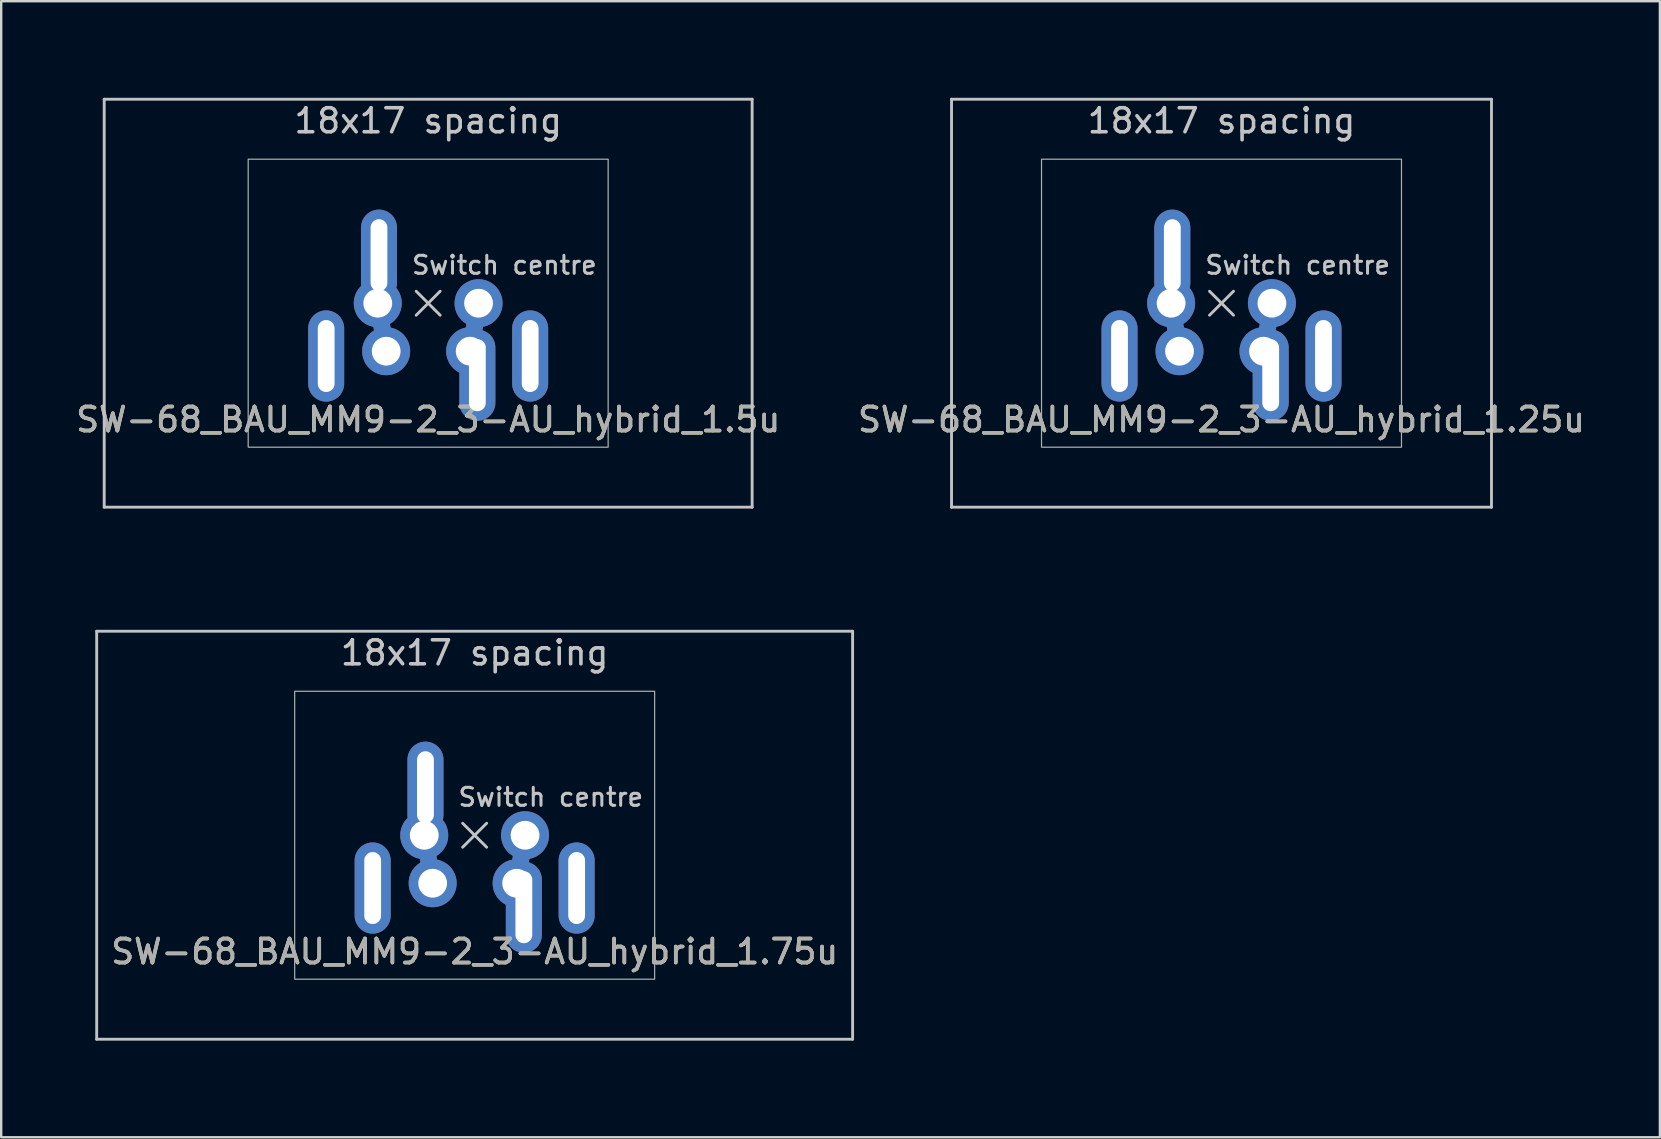
<source format=kicad_pcb>
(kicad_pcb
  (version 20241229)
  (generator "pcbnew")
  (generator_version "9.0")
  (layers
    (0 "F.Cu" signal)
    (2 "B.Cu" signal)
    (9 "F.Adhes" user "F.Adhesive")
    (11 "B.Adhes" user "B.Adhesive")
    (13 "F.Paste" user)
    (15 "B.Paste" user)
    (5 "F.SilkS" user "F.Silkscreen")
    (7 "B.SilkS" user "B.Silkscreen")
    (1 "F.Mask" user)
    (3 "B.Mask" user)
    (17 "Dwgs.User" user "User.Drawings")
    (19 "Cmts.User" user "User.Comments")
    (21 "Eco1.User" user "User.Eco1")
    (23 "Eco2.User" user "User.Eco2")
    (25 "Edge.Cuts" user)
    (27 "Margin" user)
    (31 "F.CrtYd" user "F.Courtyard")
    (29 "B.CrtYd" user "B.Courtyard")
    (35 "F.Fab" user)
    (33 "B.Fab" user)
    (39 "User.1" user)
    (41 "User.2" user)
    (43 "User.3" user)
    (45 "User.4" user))
  (footprint "SW-68_BAU_MM9-2_3-AU_hybrid_1.25u"
    (layer "F.Cu")
    (at 47.851 9.585)
    (property "Reference" "SW-68_BAU_MM9-2_3-AU_hybrid_1.25u" (at 0 4.85 0) (unlocked yes) (layer "F.SilkS") (effects (font (size 1 1) (thickness 0.15))))
    (attr through_hole)
    (fp_line (start -2.1 0) (end -1.75 2) (stroke (width 0.7) (type solid)) (layer "F.Cu"))
    (fp_line (start 2.1 0) (end 1.75 2) (stroke (width 0.7) (type solid)) (layer "F.Cu"))
    (fp_line (start -2.1 0) (end -1.75 2) (stroke (width 0.7) (type solid)) (layer "B.Cu"))
    (fp_line (start 2.1 0) (end 1.75 2) (stroke (width 0.7) (type solid)) (layer "B.Cu"))
    (fp_line (start -11.25 -8.5) (end 11.25 -8.5) (stroke (width 0.12) (type solid)) (layer "Dwgs.User"))
    (fp_line (start -11.25 8.5) (end -11.25 -8.5) (stroke (width 0.12) (type solid)) (layer "Dwgs.User"))
    (fp_line (start -0.5 -0.5) (end 0.5 0.5) (stroke (width 0.12) (type solid)) (layer "Dwgs.User"))
    (fp_line (start -0.5 0.5) (end 0.5 -0.5) (stroke (width 0.12) (type solid)) (layer "Dwgs.User"))
    (fp_line (start 11.25 -8.5) (end 11.25 8.5) (stroke (width 0.12) (type solid)) (layer "Dwgs.User"))
    (fp_line (start 11.25 8.5) (end -11.25 8.5) (stroke (width 0.12) (type solid)) (layer "Dwgs.User"))
    (fp_line (start -11.906 -9.525) (end -11.906 9.525) (stroke (width 0.12) (type solid)) (layer "Eco1.User"))
    (fp_line (start -11.906 9.525) (end 11.906 9.525) (stroke (width 0.12) (type solid)) (layer "Eco1.User"))
    (fp_line (start 11.906 -9.525) (end -11.906 -9.525) (stroke (width 0.12) (type solid)) (layer "Eco1.User"))
    (fp_line (start 11.906 9.525) (end 11.906 -9.525) (stroke (width 0.12) (type solid)) (layer "Eco1.User"))
    (fp_rect (start 7.5 6) (end -7.5 -6) (stroke (width 0.05) (type solid)) (fill no) (layer "F.Fab"))
    (fp_text user "18x17 spacing" (at 0 -7.6 0) (layer "Dwgs.User") (effects (font (size 1 1) (thickness 0.15))))
    (fp_text user "Switch centre" (at 3.175 -1.587 0) (unlocked yes) (layer "Dwgs.User") (effects (font (size 0.75 0.75) (thickness 0.125))))
    (fp_text user "19.05 spacing" (at 0 -8.7 0) (layer "Eco1.User") (effects (font (size 1 1) (thickness 0.15))))
    (fp_text user "${REFERENCE}" (at 0 4.85 0) (unlocked yes) (layer "F.Fab") (effects (font (size 1 1) (thickness 0.15))))
    (pad "1" thru_hole circle (at 1.75 2) (size 2 2) (drill 1.2) (layers "*.Cu" "*.Mask"))
    (pad "1" thru_hole oval (at 2.05 3) (size 1.5 3.8) (drill oval 0.7 3) (layers "*.Cu" "*.Mask"))
    (pad "1" thru_hole circle (at 2.1 0 90) (size 2 2) (drill 1.2) (layers "*.Cu" "*.Mask"))
    (pad "1" thru_hole oval (at 4.25 2.2) (size 1.5 3.8) (drill oval 0.7 3) (layers "*.Cu" "*.Mask"))
    (pad "2" thru_hole oval (at -4.25 2.2) (size 1.5 3.8) (drill oval 0.7 3) (layers "*.Cu" "*.Mask"))
    (pad "2" thru_hole circle (at -2.1 0) (size 2 2) (drill 1.2) (layers "*.Cu" "*.Mask"))
    (pad "2" thru_hole oval (at -2.05 -2) (size 1.5 3.8) (drill oval 0.7 3) (layers "*.Cu" "*.Mask"))
    (pad "2" thru_hole circle (at -1.75 2) (size 2 2) (drill 1.2) (layers "*.Cu" "*.Mask")))
  (footprint "SW-68_BAU_MM9-2_3-AU_hybrid_1.5u"
    (layer "F.Cu")
    (at 14.792 9.585)
    (property "Reference" "SW-68_BAU_MM9-2_3-AU_hybrid_1.5u" (at 0 4.85 0) (unlocked yes) (layer "F.SilkS") (effects (font (size 1 1) (thickness 0.15))))
    (attr through_hole)
    (fp_line (start -2.1 0) (end -1.75 2) (stroke (width 0.7) (type solid)) (layer "F.Cu"))
    (fp_line (start 2.1 0) (end 1.75 2) (stroke (width 0.7) (type solid)) (layer "F.Cu"))
    (fp_line (start -2.1 0) (end -1.75 2) (stroke (width 0.7) (type solid)) (layer "B.Cu"))
    (fp_line (start 2.1 0) (end 1.75 2) (stroke (width 0.7) (type solid)) (layer "B.Cu"))
    (fp_line (start -13.5 -8.5) (end 13.5 -8.5) (stroke (width 0.12) (type solid)) (layer "Dwgs.User"))
    (fp_line (start -13.5 8.5) (end -13.5 -8.5) (stroke (width 0.12) (type solid)) (layer "Dwgs.User"))
    (fp_line (start -0.5 -0.5) (end 0.5 0.5) (stroke (width 0.12) (type solid)) (layer "Dwgs.User"))
    (fp_line (start -0.5 0.5) (end 0.5 -0.5) (stroke (width 0.12) (type solid)) (layer "Dwgs.User"))
    (fp_line (start 13.5 -8.5) (end 13.5 8.5) (stroke (width 0.12) (type solid)) (layer "Dwgs.User"))
    (fp_line (start 13.5 8.5) (end -13.5 8.5) (stroke (width 0.12) (type solid)) (layer "Dwgs.User"))
    (fp_line (start -14.287 -9.525) (end -14.287 9.525) (stroke (width 0.12) (type solid)) (layer "Eco1.User"))
    (fp_line (start -14.287 9.525) (end 14.287 9.525) (stroke (width 0.12) (type solid)) (layer "Eco1.User"))
    (fp_line (start 14.287 -9.525) (end -14.287 -9.525) (stroke (width 0.12) (type solid)) (layer "Eco1.User"))
    (fp_line (start 14.287 9.525) (end 14.287 -9.525) (stroke (width 0.12) (type solid)) (layer "Eco1.User"))
    (fp_rect (start 7.5 6) (end -7.5 -6) (stroke (width 0.05) (type solid)) (fill no) (layer "F.Fab"))
    (fp_text user "Switch centre" (at 3.175 -1.587 0) (unlocked yes) (layer "Dwgs.User") (effects (font (size 0.75 0.75) (thickness 0.125))))
    (fp_text user "18x17 spacing" (at 0 -7.6 0) (layer "Dwgs.User") (effects (font (size 1 1) (thickness 0.15))))
    (fp_text user "19.05 spacing" (at 0 -8.7 0) (layer "Eco1.User") (effects (font (size 1 1) (thickness 0.15))))
    (fp_text user "${REFERENCE}" (at 0 4.85 0) (unlocked yes) (layer "F.Fab") (effects (font (size 1 1) (thickness 0.15))))
    (pad "1" thru_hole circle (at 1.75 2) (size 2 2) (drill 1.2) (layers "*.Cu" "*.Mask"))
    (pad "1" thru_hole oval (at 2.05 3) (size 1.5 3.8) (drill oval 0.7 3) (layers "*.Cu" "*.Mask"))
    (pad "1" thru_hole circle (at 2.1 0 90) (size 2 2) (drill 1.2) (layers "*.Cu" "*.Mask"))
    (pad "1" thru_hole oval (at 4.25 2.2) (size 1.5 3.8) (drill oval 0.7 3) (layers "*.Cu" "*.Mask"))
    (pad "2" thru_hole oval (at -4.25 2.2) (size 1.5 3.8) (drill oval 0.7 3) (layers "*.Cu" "*.Mask"))
    (pad "2" thru_hole circle (at -2.1 0) (size 2 2) (drill 1.2) (layers "*.Cu" "*.Mask"))
    (pad "2" thru_hole oval (at -2.05 -2) (size 1.5 3.8) (drill oval 0.7 3) (layers "*.Cu" "*.Mask"))
    (pad "2" thru_hole circle (at -1.75 2) (size 2 2) (drill 1.2) (layers "*.Cu" "*.Mask")))
  (footprint "SW-68_BAU_MM9-2_3-AU_hybrid_1.75u"
    (layer "F.Cu")
    (at 16.729 31.755)
    (property "Reference" "SW-68_BAU_MM9-2_3-AU_hybrid_1.75u" (at 0 4.85 0) (unlocked yes) (layer "F.SilkS") (effects (font (size 1 1) (thickness 0.15))))
    (attr through_hole)
    (fp_line (start -2.1 0) (end -1.75 2) (stroke (width 0.7) (type solid)) (layer "F.Cu"))
    (fp_line (start 2.1 0) (end 1.75 2) (stroke (width 0.7) (type solid)) (layer "F.Cu"))
    (fp_line (start -2.1 0) (end -1.75 2) (stroke (width 0.7) (type solid)) (layer "B.Cu"))
    (fp_line (start 2.1 0) (end 1.75 2) (stroke (width 0.7) (type solid)) (layer "B.Cu"))
    (fp_line (start -15.75 -8.5) (end 15.75 -8.5) (stroke (width 0.12) (type solid)) (layer "Dwgs.User"))
    (fp_line (start -15.75 8.5) (end -15.75 -8.5) (stroke (width 0.12) (type solid)) (layer "Dwgs.User"))
    (fp_line (start -0.5 -0.5) (end 0.5 0.5) (stroke (width 0.12) (type solid)) (layer "Dwgs.User"))
    (fp_line (start -0.5 0.5) (end 0.5 -0.5) (stroke (width 0.12) (type solid)) (layer "Dwgs.User"))
    (fp_line (start 15.75 -8.5) (end 15.75 8.5) (stroke (width 0.12) (type solid)) (layer "Dwgs.User"))
    (fp_line (start 15.75 8.5) (end -15.75 8.5) (stroke (width 0.12) (type solid)) (layer "Dwgs.User"))
    (fp_line (start -16.669 -9.525) (end -16.669 9.525) (stroke (width 0.12) (type solid)) (layer "Eco1.User"))
    (fp_line (start -16.669 9.525) (end 16.669 9.525) (stroke (width 0.12) (type solid)) (layer "Eco1.User"))
    (fp_line (start 16.669 -9.525) (end -16.669 -9.525) (stroke (width 0.12) (type solid)) (layer "Eco1.User"))
    (fp_line (start 16.669 9.525) (end 16.669 -9.525) (stroke (width 0.12) (type solid)) (layer "Eco1.User"))
    (fp_rect (start 7.5 6) (end -7.5 -6) (stroke (width 0.05) (type solid)) (fill no) (layer "F.Fab"))
    (fp_text user "18x17 spacing" (at 0 -7.6 0) (layer "Dwgs.User") (effects (font (size 1 1) (thickness 0.15))))
    (fp_text user "Switch centre" (at 3.175 -1.587 0) (unlocked yes) (layer "Dwgs.User") (effects (font (size 0.75 0.75) (thickness 0.125))))
    (fp_text user "19.05 spacing" (at 0 -8.7 0) (layer "Eco1.User") (effects (font (size 1 1) (thickness 0.15))))
    (fp_text user "${REFERENCE}" (at 0 4.85 0) (unlocked yes) (layer "F.Fab") (effects (font (size 1 1) (thickness 0.15))))
    (pad "1" thru_hole circle (at 1.75 2) (size 2 2) (drill 1.2) (layers "*.Cu" "*.Mask"))
    (pad "1" thru_hole oval (at 2.05 3) (size 1.5 3.8) (drill oval 0.7 3) (layers "*.Cu" "*.Mask"))
    (pad "1" thru_hole circle (at 2.1 0 90) (size 2 2) (drill 1.2) (layers "*.Cu" "*.Mask"))
    (pad "1" thru_hole oval (at 4.25 2.2) (size 1.5 3.8) (drill oval 0.7 3) (layers "*.Cu" "*.Mask"))
    (pad "2" thru_hole oval (at -4.25 2.2) (size 1.5 3.8) (drill oval 0.7 3) (layers "*.Cu" "*.Mask"))
    (pad "2" thru_hole circle (at -2.1 0) (size 2 2) (drill 1.2) (layers "*.Cu" "*.Mask"))
    (pad "2" thru_hole oval (at -2.05 -2) (size 1.5 3.8) (drill oval 0.7 3) (layers "*.Cu" "*.Mask"))
    (pad "2" thru_hole circle (at -1.75 2) (size 2 2) (drill 1.2) (layers "*.Cu" "*.Mask")))
  (gr_rect
    (start -3 -3)
    (end 66.119 44.34)
    (stroke (width 0.1) (type default))
    (fill no)
    (layer "Edge.Cuts")))
</source>
